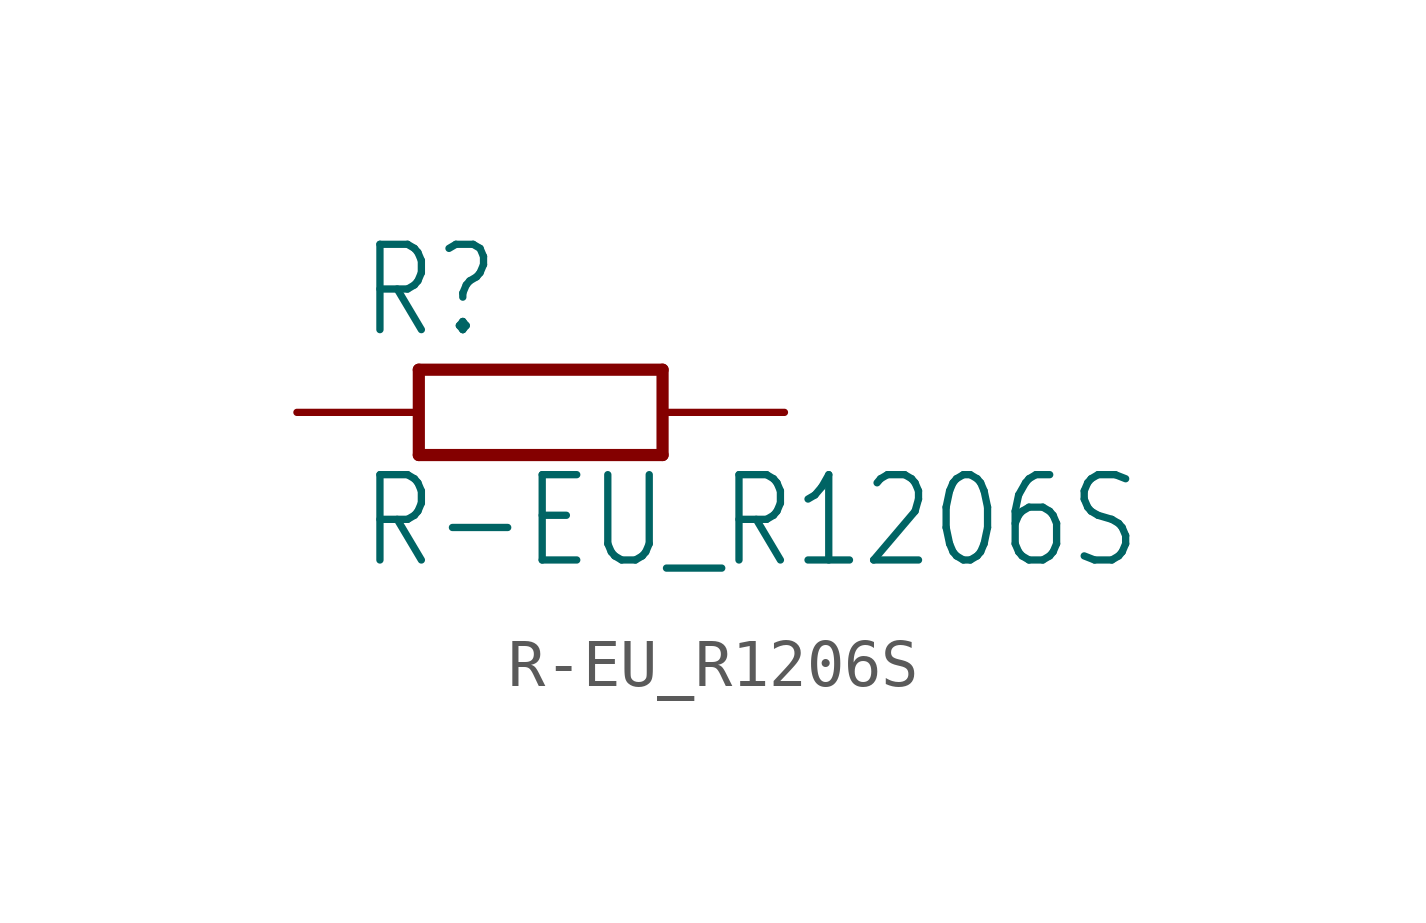
<source format=kicad_sym>
(kicad_symbol_lib
  (version 20211014)
  (generator kicad_symbol_editor)
  (symbol "R-EU_R1206S"
    (property "Reference" "R"
      (at -3.81 1.499 0)
      (effects (font (size 1.778 1.511)) (justify left bottom)))
    (property "Value" "R-EU_R1206S"
      (at -3.81 -3.302 0)
      (effects (font (size 1.778 1.511)) (justify left bottom)))
    (property "ki_locked" ""
      (at 0 0 0)
      (effects (font (size 1.27 1.27))))
    (symbol "R-EU_R1206S_1_0"
      (polyline (pts (xy -2.54 -0.889) (xy -2.54 0.889)) (stroke (width 0.254) (type default) (color 0 0 0 0)) (fill (type none)))
      (polyline (pts (xy -2.54 -0.889) (xy 2.54 -0.889)) (stroke (width 0.254) (type default) (color 0 0 0 0)) (fill (type none)))
      (polyline (pts (xy 2.54 -0.889) (xy 2.54 0.889)) (stroke (width 0.254) (type default) (color 0 0 0 0)) (fill (type none)))
      (polyline (pts (xy 2.54 0.889) (xy -2.54 0.889)) (stroke (width 0.254) (type default) (color 0 0 0 0)) (fill (type none)))
      (pin passive line (at -5.08 0 0) (length 2.54) (name "1" (effects (font (size 0 0)))) (number "1" (effects (font (size 0 0)))))
      (pin passive line (at 5.08 0 180) (length 2.54) (name "2" (effects (font (size 0 0)))) (number "2" (effects (font (size 0 0))))))))
</source>
